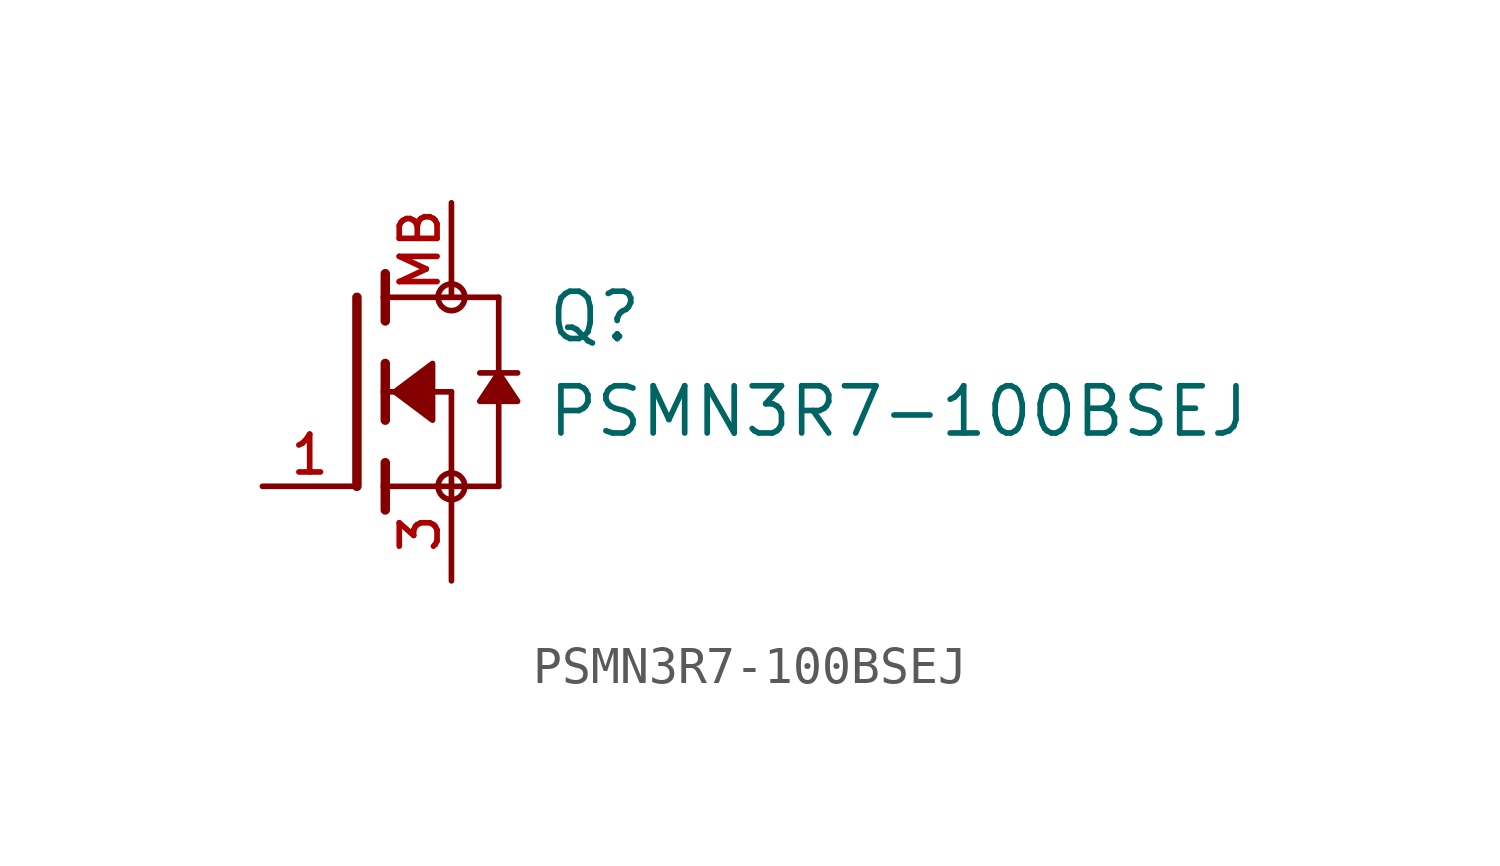
<source format=kicad_sym>
(kicad_symbol_lib
  (version 20211014)
  (generator kicad_symbol_editor)
  (symbol "PSMN3R7-100BSEJ"
    (pin_names
      (offset 1.016))
    (property "Reference" "Q"
      (at 5.08 1.27 0)
      (effects (font (size 1.27 1.27)) (justify bottom left)))
    (property "Value" "PSMN3R7-100BSEJ"
      (at 5.08 -1.27 0)
      (effects (font (size 1.27 1.27)) (justify bottom left)))
    (symbol "PSMN3R7-100BSEJ_0_0"
      (polyline (pts (xy 0.762 0.762) (xy 0.762 0.0)) (stroke (width 0.254)))
      (polyline (pts (xy 0.762 0.0) (xy 0.762 -0.762)) (stroke (width 0.254)))
      (polyline (pts (xy 0.762 3.175) (xy 0.762 2.54)) (stroke (width 0.254)))
      (polyline (pts (xy 0.762 2.54) (xy 0.762 1.905)) (stroke (width 0.254)))
      (polyline (pts (xy 0.762 0.0) (xy 2.54 0.0)) (stroke (width 0.152)))
      (polyline (pts (xy 2.54 0.0) (xy 2.54 -2.54)) (stroke (width 0.152)))
      (polyline (pts (xy 0.762 -1.905) (xy 0.762 -2.54)) (stroke (width 0.254)))
      (polyline (pts (xy 0.762 -2.54) (xy 0.762 -3.175)) (stroke (width 0.254)))
      (polyline (pts (xy 0.0 2.54) (xy 0.0 -2.54)) (stroke (width 0.254)))
      (polyline (pts (xy 2.54 -2.54) (xy 0.762 -2.54)) (stroke (width 0.152)))
      (polyline (pts (xy 3.81 2.54) (xy 3.81 0.508)) (stroke (width 0.152)))
      (polyline (pts (xy 3.81 0.508) (xy 3.81 -2.54)) (stroke (width 0.152)))
      (polyline (pts (xy 2.54 -2.54) (xy 3.81 -2.54)) (stroke (width 0.152)))
      (polyline (pts (xy 0.762 2.54) (xy 3.81 2.54)) (stroke (width 0.152)))
      (polyline (pts (xy 4.318 0.508) (xy 3.81 0.508)) (stroke (width 0.152)))
      (polyline (pts (xy 3.81 0.508) (xy 3.302 0.508)) (stroke (width 0.152)))
      (circle (center 2.54 -2.54) (radius 0.359) (stroke (width 0.0)) (fill (type none)))
      (circle (center 2.54 2.54) (radius 0.359) (stroke (width 0.0)) (fill (type none)))
      (polyline (pts (xy 3.81 0.508) (xy 3.302 -0.254) (xy 4.318 -0.254) (xy 3.81 0.508)) (stroke (width 0.152)) (fill (type outline)))
      (polyline (pts (xy 1.016 0.0) (xy 2.032 0.762) (xy 2.032 -0.762) (xy 1.016 0.0)) (stroke (width 0.152)) (fill (type outline)))
      (pin passive line (at 2.54 -5.08 90.0) (length 2.54) (name "~" (effects (font (size 1.016 1.016)))) (number "3" (effects (font (size 1.016 1.016)))))
      (pin passive line (at -2.54 -2.54 0) (length 2.54) (name "~" (effects (font (size 1.016 1.016)))) (number "1" (effects (font (size 1.016 1.016)))))
      (pin passive line (at 2.54 5.08 270.0) (length 2.54) (name "~" (effects (font (size 1.016 1.016)))) (number "MB" (effects (font (size 1.016 1.016))))))))
</source>
